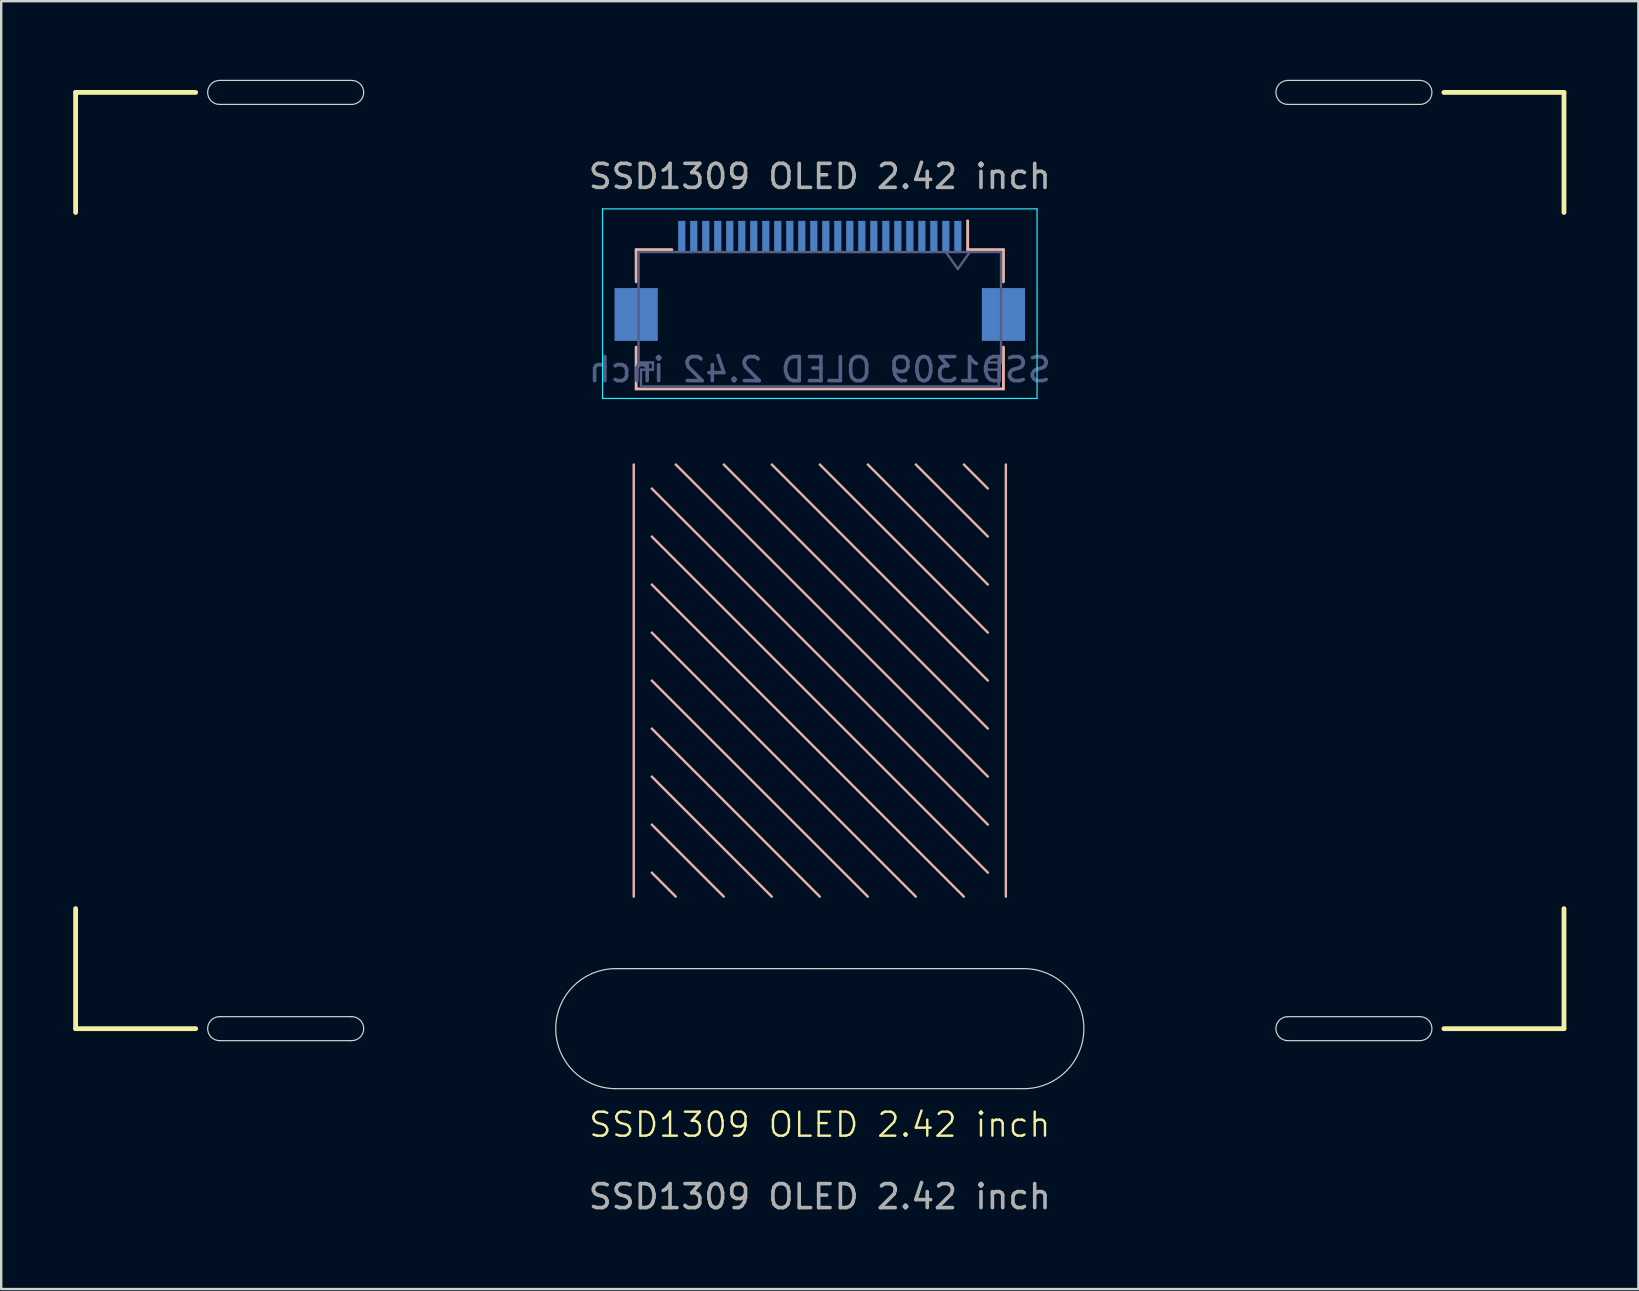
<source format=kicad_pcb>
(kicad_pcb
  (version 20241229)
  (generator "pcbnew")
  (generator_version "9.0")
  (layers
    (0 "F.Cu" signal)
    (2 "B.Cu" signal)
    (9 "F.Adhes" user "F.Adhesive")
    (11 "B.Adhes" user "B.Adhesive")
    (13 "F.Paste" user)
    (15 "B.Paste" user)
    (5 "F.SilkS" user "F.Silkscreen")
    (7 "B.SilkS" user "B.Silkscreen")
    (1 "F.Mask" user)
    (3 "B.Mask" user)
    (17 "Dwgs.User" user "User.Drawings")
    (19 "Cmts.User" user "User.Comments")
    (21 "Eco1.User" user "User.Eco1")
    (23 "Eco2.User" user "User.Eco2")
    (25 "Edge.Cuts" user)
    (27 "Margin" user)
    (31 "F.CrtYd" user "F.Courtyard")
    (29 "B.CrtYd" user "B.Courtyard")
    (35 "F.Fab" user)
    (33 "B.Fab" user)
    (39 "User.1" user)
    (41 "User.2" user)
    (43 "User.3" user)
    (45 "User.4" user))
  (footprint "SSD1309 OLED 2.42 inch"
    (layer "F.Cu")
    (at 31.1 44.3)
    (property "Reference" "SSD1309 OLED 2.42 inch" (at 0 -0.5 0) (unlocked yes) (layer "F.SilkS") (effects (font (size 1 1) (thickness 0.1))))
    (attr smd)
    (fp_line (start -25.75 -44.25) (end -25.75 -40) (stroke (width 0.1) (type default)) (layer "B.Mask"))
    (fp_line (start -25.75 -40) (end -18.75 -40) (stroke (width 0.1) (type default)) (layer "B.Mask"))
    (fp_line (start -25.75 -8) (end -25.75 -3.75) (stroke (width 0.1) (type default)) (layer "B.Mask"))
    (fp_line (start -25.75 -3.75) (end -18.75 -3.75) (stroke (width 0.1) (type default)) (layer "B.Mask"))
    (fp_line (start -18.75 -44.25) (end -25.75 -44.25) (stroke (width 0.1) (type default)) (layer "B.Mask"))
    (fp_line (start -18.75 -40) (end -18.75 -44.25) (stroke (width 0.1) (type default)) (layer "B.Mask"))
    (fp_line (start -18.75 -8) (end -25.75 -8) (stroke (width 0.1) (type default)) (layer "B.Mask"))
    (fp_line (start -18.75 -3.75) (end -18.75 -8) (stroke (width 0.1) (type default)) (layer "B.Mask"))
    (fp_line (start 18.75 -44.25) (end 18.75 -40) (stroke (width 0.1) (type default)) (layer "B.Mask"))
    (fp_line (start 18.75 -40) (end 25.75 -40) (stroke (width 0.1) (type default)) (layer "B.Mask"))
    (fp_line (start 18.75 -8) (end 18.75 -3.75) (stroke (width 0.1) (type default)) (layer "B.Mask"))
    (fp_line (start 18.75 -3.75) (end 25.75 -3.75) (stroke (width 0.1) (type default)) (layer "B.Mask"))
    (fp_line (start 25.75 -44.25) (end 18.75 -44.25) (stroke (width 0.1) (type default)) (layer "B.Mask"))
    (fp_line (start 25.75 -40) (end 25.75 -44.25) (stroke (width 0.1) (type default)) (layer "B.Mask"))
    (fp_line (start 25.75 -8) (end 18.75 -8) (stroke (width 0.1) (type default)) (layer "B.Mask"))
    (fp_line (start 25.75 -3.75) (end 25.75 -8) (stroke (width 0.1) (type default)) (layer "B.Mask"))
    (fp_line (start -31 -43.5) (end -31 -38.5) (stroke (width 0.2) (type default)) (layer "F.SilkS"))
    (fp_line (start -31 -43.5) (end -26 -43.5) (stroke (width 0.2) (type default)) (layer "F.SilkS"))
    (fp_line (start -31 -4.5) (end -31 -9.5) (stroke (width 0.2) (type default)) (layer "F.SilkS"))
    (fp_line (start -31 -4.5) (end -26 -4.5) (stroke (width 0.2) (type default)) (layer "F.SilkS"))
    (fp_line (start 31 -43.5) (end 26 -43.5) (stroke (width 0.2) (type default)) (layer "F.SilkS"))
    (fp_line (start 31 -43.5) (end 31 -38.5) (stroke (width 0.2) (type default)) (layer "F.SilkS"))
    (fp_line (start 31 -4.5) (end 26 -4.5) (stroke (width 0.2) (type default)) (layer "F.SilkS"))
    (fp_line (start 31 -4.5) (end 31 -9.5) (stroke (width 0.2) (type default)) (layer "F.SilkS"))
    (fp_line (start -7.75 -28) (end -7.75 -10) (stroke (width 0.1) (type default)) (layer "B.SilkS"))
    (fp_line (start -7.65 -36.95) (end -7.65 -35.61) (stroke (width 0.12) (type solid)) (layer "B.SilkS"))
    (fp_line (start -7.65 -31.15) (end -7.65 -32.89) (stroke (width 0.12) (type solid)) (layer "B.SilkS"))
    (fp_line (start -7 -25) (end 7 -11) (stroke (width 0.1) (type default)) (layer "B.SilkS"))
    (fp_line (start -7 -23) (end 6 -10) (stroke (width 0.1) (type default)) (layer "B.SilkS"))
    (fp_line (start -7 -19) (end 2 -10) (stroke (width 0.1) (type default)) (layer "B.SilkS"))
    (fp_line (start -7 -15) (end -2 -10) (stroke (width 0.1) (type default)) (layer "B.SilkS"))
    (fp_line (start -7 -11) (end -6 -10) (stroke (width 0.1) (type default)) (layer "B.SilkS"))
    (fp_line (start -6.16 -36.95) (end -7.65 -36.95) (stroke (width 0.12) (type solid)) (layer "B.SilkS"))
    (fp_line (start -6 -28) (end 7 -15) (stroke (width 0.1) (type default)) (layer "B.SilkS"))
    (fp_line (start -4 -10) (end -7 -13) (stroke (width 0.1) (type default)) (layer "B.SilkS"))
    (fp_line (start 0 -28) (end 7 -21) (stroke (width 0.1) (type default)) (layer "B.SilkS"))
    (fp_line (start 0 -10) (end -7 -17) (stroke (width 0.1) (type default)) (layer "B.SilkS"))
    (fp_line (start 2 -28) (end 7 -23) (stroke (width 0.1) (type default)) (layer "B.SilkS"))
    (fp_line (start 4 -28) (end 7 -25) (stroke (width 0.1) (type default)) (layer "B.SilkS"))
    (fp_line (start 4 -10) (end -7 -21) (stroke (width 0.1) (type default)) (layer "B.SilkS"))
    (fp_line (start 6 -28) (end 7 -27) (stroke (width 0.1) (type default)) (layer "B.SilkS"))
    (fp_line (start 6.16 -36.95) (end 6.16 -38.15) (stroke (width 0.12) (type solid)) (layer "B.SilkS"))
    (fp_line (start 6.16 -36.95) (end 7.65 -36.95) (stroke (width 0.12) (type solid)) (layer "B.SilkS"))
    (fp_line (start 7 -19) (end -2 -28) (stroke (width 0.1) (type default)) (layer "B.SilkS"))
    (fp_line (start 7 -17) (end -4 -28) (stroke (width 0.1) (type default)) (layer "B.SilkS"))
    (fp_line (start 7 -13) (end -7 -27) (stroke (width 0.1) (type default)) (layer "B.SilkS"))
    (fp_line (start 7.65 -36.95) (end 7.65 -35.61) (stroke (width 0.12) (type solid)) (layer "B.SilkS"))
    (fp_line (start 7.65 -32.89) (end 7.65 -31.15) (stroke (width 0.12) (type solid)) (layer "B.SilkS"))
    (fp_line (start 7.65 -31.15) (end -7.65 -31.15) (stroke (width 0.12) (type solid)) (layer "B.SilkS"))
    (fp_line (start 7.75 -28) (end 7.75 -10) (stroke (width 0.1) (type default)) (layer "B.SilkS"))
    (fp_line (start -25 -44) (end -19.5 -44) (stroke (width 0.05) (type default)) (layer "Edge.Cuts"))
    (fp_line (start -25 -43) (end -19.5 -43) (stroke (width 0.05) (type default)) (layer "Edge.Cuts"))
    (fp_line (start -19.5 -5) (end -25 -5) (stroke (width 0.05) (type default)) (layer "Edge.Cuts"))
    (fp_line (start -19.5 -4) (end -25 -4) (stroke (width 0.05) (type default)) (layer "Edge.Cuts"))
    (fp_line (start 0 -7) (end -8.5 -7) (stroke (width 0.05) (type default)) (layer "Edge.Cuts"))
    (fp_line (start 0 -7) (end 8.5 -7) (stroke (width 0.05) (type default)) (layer "Edge.Cuts"))
    (fp_line (start 8.5 -2) (end -8.5 -2) (stroke (width 0.05) (type default)) (layer "Edge.Cuts"))
    (fp_line (start 19.5 -44) (end 25 -44) (stroke (width 0.05) (type default)) (layer "Edge.Cuts"))
    (fp_line (start 19.5 -43) (end 25 -43) (stroke (width 0.05) (type default)) (layer "Edge.Cuts"))
    (fp_line (start 25 -5) (end 19.5 -5) (stroke (width 0.05) (type default)) (layer "Edge.Cuts"))
    (fp_line (start 25 -4) (end 19.5 -4) (stroke (width 0.05) (type default)) (layer "Edge.Cuts"))
    (fp_arc (start -25 -43) (mid -25.5 -43.5) (end -25 -44) (stroke (width 0.05) (type default)) (layer "Edge.Cuts"))
    (fp_arc (start -25 -4) (mid -25.5 -4.5) (end -25 -5) (stroke (width 0.05) (type default)) (layer "Edge.Cuts"))
    (fp_arc (start -19.5 -44) (mid -19 -43.5) (end -19.5 -43) (stroke (width 0.05) (type default)) (layer "Edge.Cuts"))
    (fp_arc (start -19.5 -5) (mid -19 -4.5) (end -19.5 -4) (stroke (width 0.05) (type default)) (layer "Edge.Cuts"))
    (fp_arc (start -8.5 -2) (mid -11 -4.5) (end -8.5 -7) (stroke (width 0.05) (type default)) (layer "Edge.Cuts"))
    (fp_arc (start 8.5 -7) (mid 11 -4.5) (end 8.5 -2) (stroke (width 0.05) (type default)) (layer "Edge.Cuts"))
    (fp_arc (start 19.5 -43) (mid 19 -43.5) (end 19.5 -44) (stroke (width 0.05) (type default)) (layer "Edge.Cuts"))
    (fp_arc (start 19.5 -4) (mid 19 -4.5) (end 19.5 -5) (stroke (width 0.05) (type default)) (layer "Edge.Cuts"))
    (fp_arc (start 25 -44) (mid 25.5 -43.5) (end 25 -43) (stroke (width 0.05) (type default)) (layer "Edge.Cuts"))
    (fp_arc (start 25 -5) (mid 25.5 -4.5) (end 25 -4) (stroke (width 0.05) (type default)) (layer "Edge.Cuts"))
    (fp_line (start -9.05 -38.65) (end 9.05 -38.65) (stroke (width 0.05) (type solid)) (layer "B.CrtYd"))
    (fp_line (start -9.05 -30.75) (end -9.05 -38.65) (stroke (width 0.05) (type solid)) (layer "B.CrtYd"))
    (fp_line (start 9.05 -38.65) (end 9.05 -30.75) (stroke (width 0.05) (type solid)) (layer "B.CrtYd"))
    (fp_line (start 9.05 -30.75) (end -9.05 -30.75) (stroke (width 0.05) (type solid)) (layer "B.CrtYd"))
    (fp_line (start -7.55 -36.85) (end -7.55 -32.25) (stroke (width 0.1) (type solid)) (layer "B.Fab"))
    (fp_line (start -7.55 -32.25) (end -6.95 -32.25) (stroke (width 0.1) (type solid)) (layer "B.Fab"))
    (fp_line (start -7.45 -31.95) (end -7.45 -31.25) (stroke (width 0.1) (type solid)) (layer "B.Fab"))
    (fp_line (start -7.45 -31.25) (end 0 -31.25) (stroke (width 0.1) (type solid)) (layer "B.Fab"))
    (fp_line (start -6.95 -32.25) (end -6.95 -31.95) (stroke (width 0.1) (type solid)) (layer "B.Fab"))
    (fp_line (start -6.95 -31.95) (end -7.45 -31.95) (stroke (width 0.1) (type solid)) (layer "B.Fab"))
    (fp_line (start 0 -36.85) (end -7.55 -36.85) (stroke (width 0.1) (type solid)) (layer "B.Fab"))
    (fp_line (start 0 -36.85) (end 7.55 -36.85) (stroke (width 0.1) (type solid)) (layer "B.Fab"))
    (fp_line (start 5.75 -36.143) (end 5.25 -36.85) (stroke (width 0.1) (type solid)) (layer "B.Fab"))
    (fp_line (start 6.25 -36.85) (end 5.75 -36.143) (stroke (width 0.1) (type solid)) (layer "B.Fab"))
    (fp_line (start 6.95 -32.25) (end 6.95 -31.95) (stroke (width 0.1) (type solid)) (layer "B.Fab"))
    (fp_line (start 6.95 -31.95) (end 7.45 -31.95) (stroke (width 0.1) (type solid)) (layer "B.Fab"))
    (fp_line (start 7.45 -31.95) (end 7.45 -31.25) (stroke (width 0.1) (type solid)) (layer "B.Fab"))
    (fp_line (start 7.45 -31.25) (end 0 -31.25) (stroke (width 0.1) (type solid)) (layer "B.Fab"))
    (fp_line (start 7.55 -36.85) (end 7.55 -32.25) (stroke (width 0.1) (type solid)) (layer "B.Fab"))
    (fp_line (start 7.55 -32.25) (end 6.95 -32.25) (stroke (width 0.1) (type solid)) (layer "B.Fab"))
    (fp_text user "${REFERENCE}" (at 0 -31.95 0) (layer "B.Fab") (effects (font (size 1 1) (thickness 0.15)) (justify mirror)))
    (fp_text user "${REFERENCE}" (at 0 2.5 0) (unlocked yes) (layer "F.Fab") (effects (font (size 1 1) (thickness 0.15))))
    (fp_text user "${REFERENCE}" (at 0 -40 0) (unlocked yes) (layer "F.Fab") (effects (font (size 1 1) (thickness 0.15))))
    (pad "1" smd rect (at 5.75 -37.5) (size 0.3 1.3) (layers "B.Cu" "B.Mask" "B.Paste"))
    (pad "2" smd rect (at 5.25 -37.5) (size 0.3 1.3) (layers "B.Cu" "B.Mask" "B.Paste"))
    (pad "3" smd rect (at 4.75 -37.5) (size 0.3 1.3) (layers "B.Cu" "B.Mask" "B.Paste"))
    (pad "4" smd rect (at 4.25 -37.5) (size 0.3 1.3) (layers "B.Cu" "B.Mask" "B.Paste"))
    (pad "5" smd rect (at 3.75 -37.5) (size 0.3 1.3) (layers "B.Cu" "B.Mask" "B.Paste"))
    (pad "6" smd rect (at 3.25 -37.5) (size 0.3 1.3) (layers "B.Cu" "B.Mask" "B.Paste"))
    (pad "7" smd rect (at 2.75 -37.5) (size 0.3 1.3) (layers "B.Cu" "B.Mask" "B.Paste"))
    (pad "8" smd rect (at 2.25 -37.5) (size 0.3 1.3) (layers "B.Cu" "B.Mask" "B.Paste"))
    (pad "9" smd rect (at 1.75 -37.5) (size 0.3 1.3) (layers "B.Cu" "B.Mask" "B.Paste"))
    (pad "10" smd rect (at 1.25 -37.5) (size 0.3 1.3) (layers "B.Cu" "B.Mask" "B.Paste"))
    (pad "11" smd rect (at 0.75 -37.5) (size 0.3 1.3) (layers "B.Cu" "B.Mask" "B.Paste"))
    (pad "12" smd rect (at 0.25 -37.5) (size 0.3 1.3) (layers "B.Cu" "B.Mask" "B.Paste"))
    (pad "13" smd rect (at -0.25 -37.5) (size 0.3 1.3) (layers "B.Cu" "B.Mask" "B.Paste"))
    (pad "14" smd rect (at -0.75 -37.5) (size 0.3 1.3) (layers "B.Cu" "B.Mask" "B.Paste"))
    (pad "15" smd rect (at -1.25 -37.5) (size 0.3 1.3) (layers "B.Cu" "B.Mask" "B.Paste"))
    (pad "16" smd rect (at -1.75 -37.5) (size 0.3 1.3) (layers "B.Cu" "B.Mask" "B.Paste"))
    (pad "17" smd rect (at -2.25 -37.5) (size 0.3 1.3) (layers "B.Cu" "B.Mask" "B.Paste"))
    (pad "18" smd rect (at -2.75 -37.5) (size 0.3 1.3) (layers "B.Cu" "B.Mask" "B.Paste"))
    (pad "19" smd rect (at -3.25 -37.5) (size 0.3 1.3) (layers "B.Cu" "B.Mask" "B.Paste"))
    (pad "20" smd rect (at -3.75 -37.5) (size 0.3 1.3) (layers "B.Cu" "B.Mask" "B.Paste"))
    (pad "21" smd rect (at -4.25 -37.5) (size 0.3 1.3) (layers "B.Cu" "B.Mask" "B.Paste"))
    (pad "22" smd rect (at -4.75 -37.5) (size 0.3 1.3) (layers "B.Cu" "B.Mask" "B.Paste"))
    (pad "23" smd rect (at -5.25 -37.5) (size 0.3 1.3) (layers "B.Cu" "B.Mask" "B.Paste"))
    (pad "24" smd rect (at -5.75 -37.5) (size 0.3 1.3) (layers "B.Cu" "B.Mask" "B.Paste"))
    (pad "MP" smd rect (at -7.65 -34.25) (size 1.8 2.2) (layers "B.Cu" "B.Mask" "B.Paste"))
    (pad "MP" smd rect (at 7.65 -34.25) (size 1.8 2.2) (layers "B.Cu" "B.Mask" "B.Paste"))
    (zone (net_name "") (layer "B.Cu") (name "GND") (hatch edge 0.5) (connect_pads) (min_thickness 0.25) (filled_areas_thickness no) (keepout (tracks not_allowed) (vias not_allowed) (pads not_allowed) (copperpour allowed) (footprints allowed)) (placement (enabled no)) (fill) (polygon (pts (xy 5.35 40.55) (xy 5.35 36.3) (xy 12.35 36.3) (xy 12.35 40.55))))
    (zone (net_name "") (layer "B.Cu") (name "GND") (hatch edge 0.5) (connect_pads) (min_thickness 0.25) (filled_areas_thickness no) (keepout (tracks not_allowed) (vias not_allowed) (pads not_allowed) (copperpour allowed) (footprints allowed)) (placement (enabled no)) (fill) (polygon (pts (xy 12.35 0.05) (xy 12.35 4.3) (xy 5.35 4.3) (xy 5.35 0.05))))
    (zone (net_name "") (layer "B.Cu") (name "GND") (hatch edge 0.5) (connect_pads) (min_thickness 0.25) (filled_areas_thickness no) (keepout (tracks not_allowed) (vias not_allowed) (pads not_allowed) (copperpour allowed) (footprints allowed)) (placement (enabled no)) (fill) (polygon (pts (xy 49.85 40.55) (xy 49.85 36.3) (xy 56.85 36.3) (xy 56.85 40.55))))
    (zone (net_name "") (layer "B.Cu") (name "GND") (hatch edge 0.5) (connect_pads) (min_thickness 0.25) (filled_areas_thickness no) (keepout (tracks not_allowed) (vias not_allowed) (pads not_allowed) (copperpour allowed) (footprints allowed)) (placement (enabled no)) (fill) (polygon (pts (xy 56.85 0.05) (xy 56.85 4.3) (xy 49.85 4.3) (xy 49.85 0.05)))))
  (gr_rect
    (start -3 -3)
    (end 65.2 50.648)
    (stroke (width 0.1) (type default))
    (fill no)
    (layer "Edge.Cuts")))
</source>
